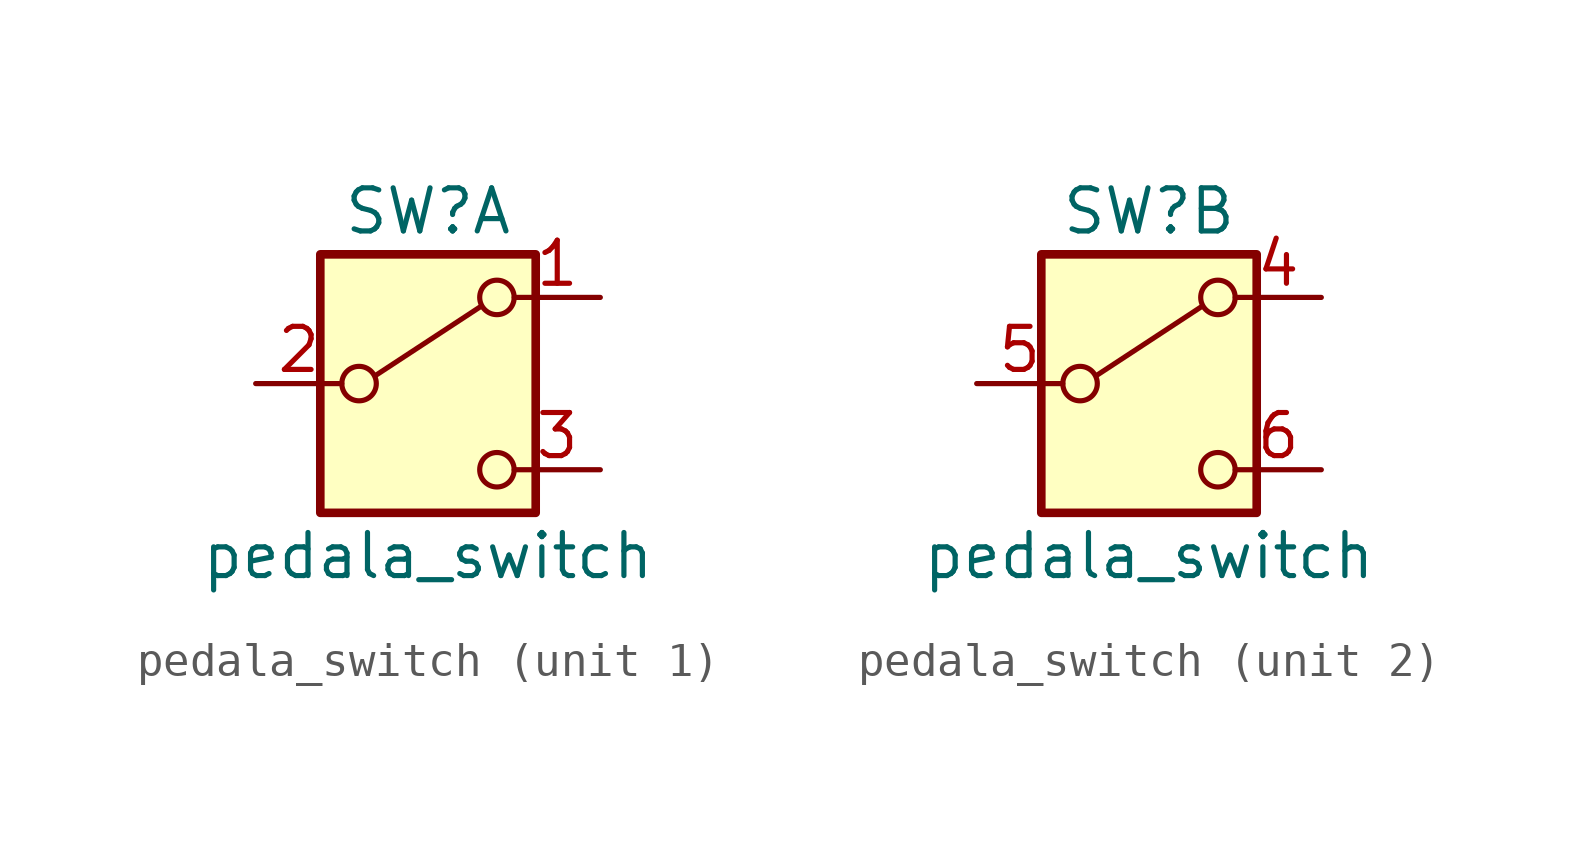
<source format=kicad_sym>
(kicad_symbol_lib
  (version 20241209)
  (generator "kicad_symbol_editor")
  (generator_version "9.0")
  (symbol "pedala_switch"
    (pin_names
      (offset 0)
      (hide yes))
    (property "Reference" "SW"
      (at 0 5.08 0)
      (effects (font (size 1.27 1.27))))
    (property "Value" "pedala_switch"
      (at 0 -5.08 0)
      (effects (font (size 1.27 1.27))))
    (symbol "pedala_switch_0_0"
      (circle (center -2.032 0) (radius 0.508) (stroke (width 0) (type default)) (fill (type none)))
      (circle (center 2.032 -2.54) (radius 0.508) (stroke (width 0) (type default)) (fill (type none))))
    (symbol "pedala_switch_0_1"
      (rectangle (start -3.175 3.81) (end 3.175 -3.81) (stroke (width 0.254) (type default)) (fill (type background)))
      (polyline (pts (xy -1.524 0.254) (xy 1.575 2.286)) (stroke (width 0) (type default)) (fill (type none)))
      (circle (center 2.032 2.54) (radius 0.508) (stroke (width 0) (type default)) (fill (type none))))
    (symbol "pedala_switch_1_1"
      (pin passive line (at -5.08 0 0) (length 2.54) (name "B" (effects (font (size 1.27 1.27)))) (number "2" (effects (font (size 1.27 1.27)))))
      (pin passive line (at 5.08 2.54 180) (length 2.54) (name "A" (effects (font (size 1.27 1.27)))) (number "1" (effects (font (size 1.27 1.27)))))
      (pin passive line (at 5.08 -2.54 180) (length 2.54) (name "C" (effects (font (size 1.27 1.27)))) (number "3" (effects (font (size 1.27 1.27))))))
    (symbol "pedala_switch_2_1"
      (pin passive line (at -5.08 0 0) (length 2.54) (name "B" (effects (font (size 1.27 1.27)))) (number "5" (effects (font (size 1.27 1.27)))))
      (pin passive line (at 5.08 2.54 180) (length 2.54) (name "A" (effects (font (size 1.27 1.27)))) (number "4" (effects (font (size 1.27 1.27)))))
      (pin passive line (at 5.08 -2.54 180) (length 2.54) (name "C" (effects (font (size 1.27 1.27)))) (number "6" (effects (font (size 1.27 1.27))))))))
</source>
